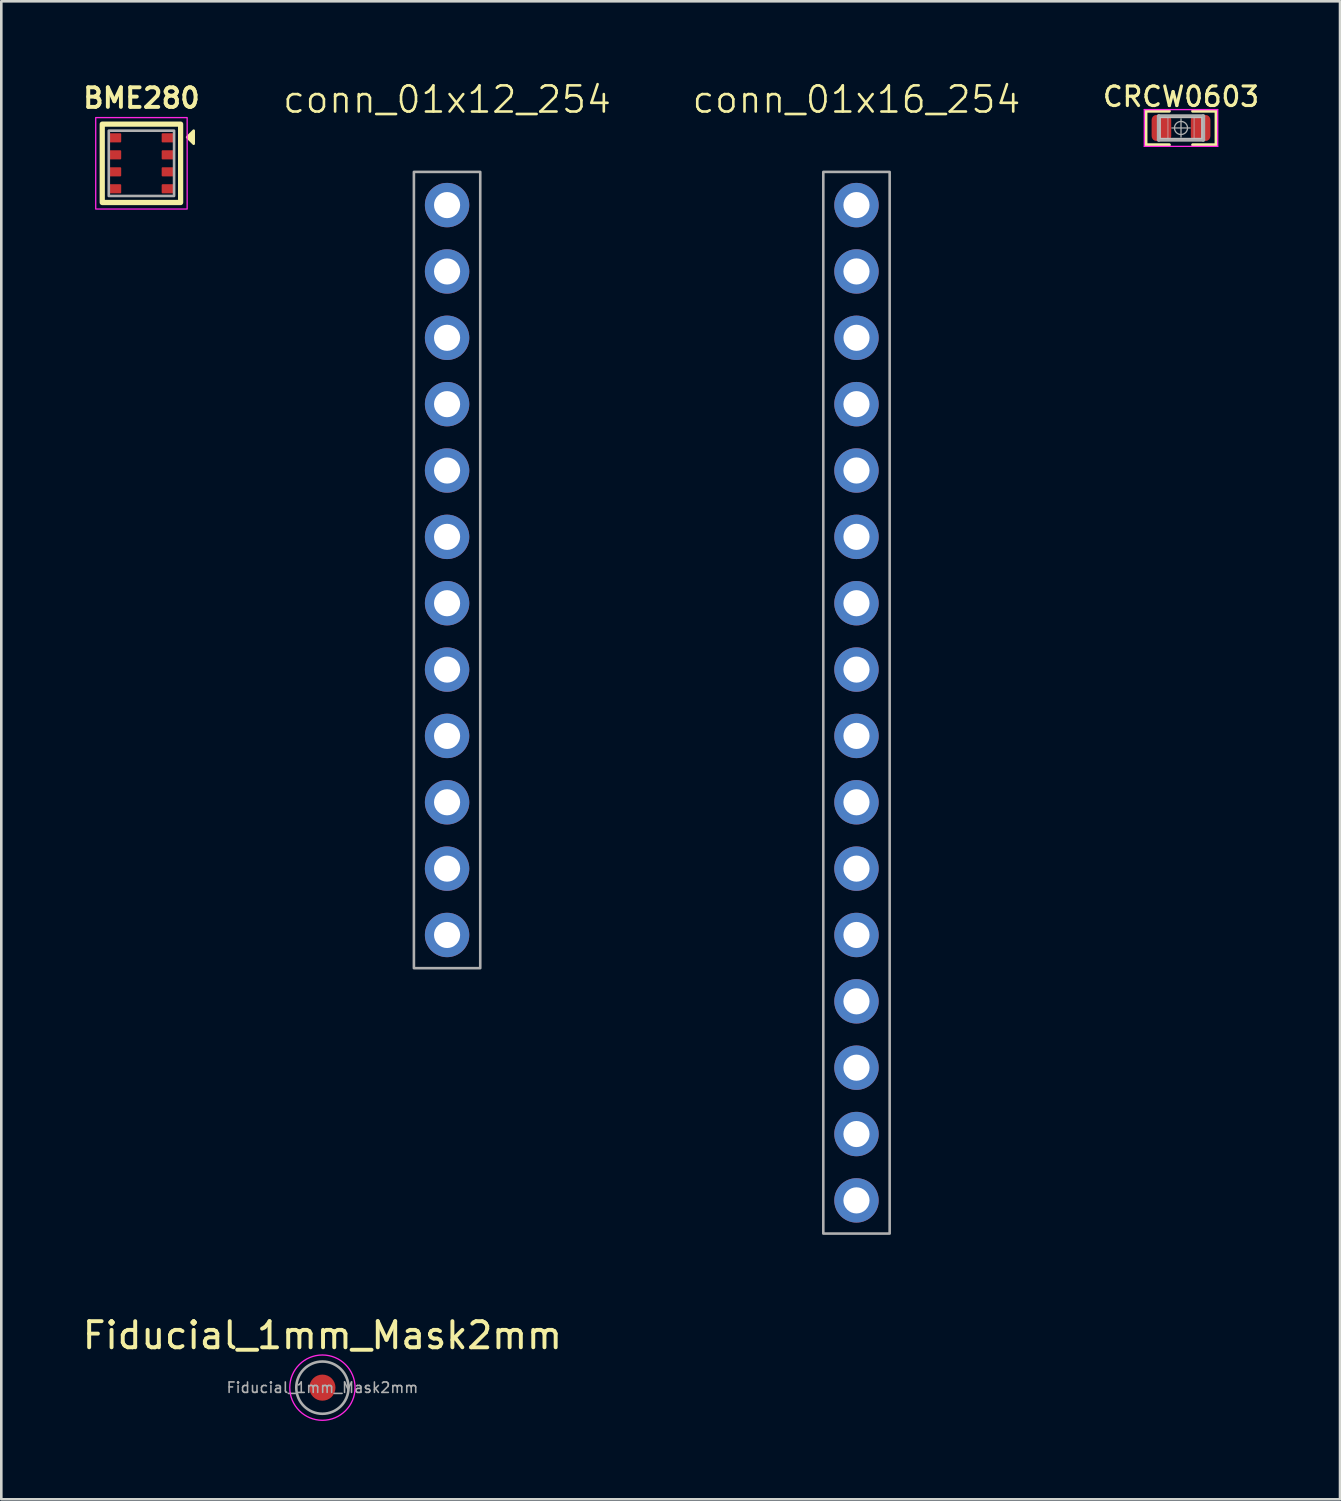
<source format=kicad_pcb>
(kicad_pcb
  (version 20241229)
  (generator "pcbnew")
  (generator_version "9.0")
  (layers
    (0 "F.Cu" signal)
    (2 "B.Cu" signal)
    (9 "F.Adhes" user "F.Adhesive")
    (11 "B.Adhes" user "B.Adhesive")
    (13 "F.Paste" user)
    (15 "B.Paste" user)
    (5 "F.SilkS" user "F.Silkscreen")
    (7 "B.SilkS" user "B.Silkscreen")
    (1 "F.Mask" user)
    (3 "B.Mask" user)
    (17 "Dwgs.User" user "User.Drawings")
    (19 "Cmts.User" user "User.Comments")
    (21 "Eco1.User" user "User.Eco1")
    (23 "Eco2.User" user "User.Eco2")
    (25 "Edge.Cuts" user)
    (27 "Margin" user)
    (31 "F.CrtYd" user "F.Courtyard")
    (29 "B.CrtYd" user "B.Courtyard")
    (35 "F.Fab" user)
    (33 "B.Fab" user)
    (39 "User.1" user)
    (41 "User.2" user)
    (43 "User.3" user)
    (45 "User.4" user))
  (footprint "Fiducial_1mm_Mask2mm"
    (layer "F.Cu")
    (at 9.292 50.069)
    (property "Reference" "Fiducial_1mm_Mask2mm" (at 0 -2 0) (layer "F.SilkS") (effects (font (size 1 1) (thickness 0.15))))
    (attr smd exclude_from_bom dnp allow_soldermask_bridges)
    (fp_circle (center 0 0) (end 1.25 0) (stroke (width 0.05) (type solid)) (fill no) (layer "F.CrtYd"))
    (fp_circle (center 0 0) (end 1 0) (stroke (width 0.1) (type solid)) (fill no) (layer "F.Fab"))
    (fp_text user "${REFERENCE}" (at 0 0 0) (layer "F.Fab") (effects (font (size 0.4 0.4) (thickness 0.06))))
    (pad "" smd circle (at 0 0) (size 1 1) (layers "F.Cu" "F.Mask")))
  (footprint "BME280"
    (layer "F.Cu")
    (at 2.364 3.202)
    (property "Reference" "BME280" (at 0 -2.5 0) (unlocked yes) (layer "F.SilkS") (effects (font (size 0.75 0.75) (thickness 0.15) (bold yes))))
    (attr smd)
    (fp_rect (start -1.5 -1.5) (end 1.5 1.5) (stroke (width 0.2) (type default)) (fill no) (layer "F.SilkS"))
    (fp_poly (pts (xy 1.75 -1) (xy 2 -1.25) (xy 2 -0.75)) (stroke (width 0.1) (type solid)) (fill yes) (layer "F.SilkS"))
    (fp_rect (start -1.75 -1.75) (end 1.75 1.75) (stroke (width 0.05) (type default)) (fill no) (layer "F.CrtYd"))
    (fp_rect (start -1.25 -1.25) (end 1.25 1.25) (stroke (width 0.1) (type default)) (fill no) (layer "F.Fab"))
    (pad "1" smd roundrect (at 1.025 -0.975) (size 0.5 0.35) (layers "F.Cu" "F.Mask" "F.Paste") (roundrect_rratio 0.1))
    (pad "2" smd roundrect (at 1.025 -0.325) (size 0.5 0.35) (layers "F.Cu" "F.Mask" "F.Paste") (roundrect_rratio 0.1))
    (pad "3" smd roundrect (at 1.025 0.325) (size 0.5 0.35) (layers "F.Cu" "F.Mask" "F.Paste") (roundrect_rratio 0.1))
    (pad "4" smd roundrect (at 1.025 0.975) (size 0.5 0.35) (layers "F.Cu" "F.Mask" "F.Paste") (roundrect_rratio 0.1))
    (pad "5" smd roundrect (at -1.025 0.975) (size 0.5 0.35) (layers "F.Cu" "F.Mask" "F.Paste") (roundrect_rratio 0.1))
    (pad "6" smd roundrect (at -1.025 0.325) (size 0.5 0.35) (layers "F.Cu" "F.Mask" "F.Paste") (roundrect_rratio 0.1))
    (pad "7" smd roundrect (at -1.025 -0.325) (size 0.5 0.35) (layers "F.Cu" "F.Mask" "F.Paste") (roundrect_rratio 0.1))
    (pad "8" smd roundrect (at -1.025 -0.975) (size 0.5 0.35) (layers "F.Cu" "F.Mask" "F.Paste") (roundrect_rratio 0.1)))
  (footprint "CRCW0603"
    (layer "F.Cu")
    (at 42.159 1.849)
    (property "Reference" "CRCW0603" (at 0 -1.2 0) (layer "F.SilkS") (effects (font (size 0.75 0.75) (thickness 0.12))))
    (attr smd)
    (fp_line (start -1.345 -0.645) (end -0.448 -0.645) (stroke (width 0.12) (type solid)) (layer "F.SilkS"))
    (fp_line (start -1.345 0.645) (end -1.345 -0.645) (stroke (width 0.12) (type solid)) (layer "F.SilkS"))
    (fp_line (start -0.448 0.645) (end -1.345 0.645) (stroke (width 0.12) (type solid)) (layer "F.SilkS"))
    (fp_line (start 0.448 0.645) (end 1.345 0.645) (stroke (width 0.12) (type solid)) (layer "F.SilkS"))
    (fp_line (start 1.345 -0.645) (end 0.448 -0.645) (stroke (width 0.12) (type solid)) (layer "F.SilkS"))
    (fp_line (start 1.345 0.645) (end 1.345 -0.645) (stroke (width 0.12) (type solid)) (layer "F.SilkS"))
    (fp_line (start -0.8 -0.4) (end -0.5 -0.4) (stroke (width 0.025) (type solid)) (layer "Dwgs.User"))
    (fp_line (start -0.8 -0.4) (end 0.8 -0.4) (stroke (width 0.025) (type solid)) (layer "Dwgs.User"))
    (fp_line (start -0.8 0.4) (end -0.8 -0.4) (stroke (width 0.025) (type solid)) (layer "Dwgs.User"))
    (fp_line (start -0.8 0.4) (end -0.8 -0.4) (stroke (width 0.025) (type solid)) (layer "Dwgs.User"))
    (fp_line (start -0.5 -0.4) (end -0.5 0.4) (stroke (width 0.025) (type solid)) (layer "Dwgs.User"))
    (fp_line (start -0.5 0.4) (end -0.8 0.4) (stroke (width 0.025) (type solid)) (layer "Dwgs.User"))
    (fp_line (start 0.5 -0.4) (end 0.8 -0.4) (stroke (width 0.025) (type solid)) (layer "Dwgs.User"))
    (fp_line (start 0.5 0.4) (end 0.5 -0.4) (stroke (width 0.025) (type solid)) (layer "Dwgs.User"))
    (fp_line (start 0.8 -0.4) (end 0.8 0.4) (stroke (width 0.025) (type solid)) (layer "Dwgs.User"))
    (fp_line (start 0.8 -0.4) (end 0.8 0.4) (stroke (width 0.025) (type solid)) (layer "Dwgs.User"))
    (fp_line (start 0.8 0.4) (end -0.8 0.4) (stroke (width 0.025) (type solid)) (layer "Dwgs.User"))
    (fp_line (start 0.8 0.4) (end 0.5 0.4) (stroke (width 0.025) (type solid)) (layer "Dwgs.User"))
    (fp_line (start -1.405 -0.704) (end 1.405 -0.704) (stroke (width 0.05) (type solid)) (layer "F.CrtYd"))
    (fp_line (start -1.405 0.704) (end -1.405 -0.704) (stroke (width 0.05) (type solid)) (layer "F.CrtYd"))
    (fp_line (start 1.405 -0.704) (end 1.405 0.704) (stroke (width 0.05) (type solid)) (layer "F.CrtYd"))
    (fp_line (start 1.405 0.704) (end -1.405 0.704) (stroke (width 0.05) (type solid)) (layer "F.CrtYd"))
    (fp_line (start -0.85 -0.45) (end 0.85 -0.45) (stroke (width 0.15) (type solid)) (layer "F.Fab"))
    (fp_line (start -0.85 0.45) (end -0.85 -0.45) (stroke (width 0.15) (type solid)) (layer "F.Fab"))
    (fp_line (start 0 -0.35) (end 0 0.35) (stroke (width 0.05) (type solid)) (layer "F.Fab"))
    (fp_line (start 0.35 0) (end -0.35 0) (stroke (width 0.05) (type solid)) (layer "F.Fab"))
    (fp_line (start 0.85 -0.45) (end 0.85 0.45) (stroke (width 0.15) (type solid)) (layer "F.Fab"))
    (fp_line (start 0.85 0.45) (end -0.85 0.45) (stroke (width 0.15) (type solid)) (layer "F.Fab"))
    (fp_circle (center 0 0) (end 0.25 0) (stroke (width 0.05) (type solid)) (fill no) (layer "F.Fab"))
    (pad "1" smd roundrect (at -0.75 0) (size 0.75 1) (layers "F.Cu" "F.Mask" "F.Paste") (roundrect_rratio 0.25))
    (pad "2" smd roundrect (at 0.75 0) (size 0.75 1) (layers "F.Cu" "F.Mask" "F.Paste") (roundrect_rratio 0.25)))
  (footprint "conn_01x16_254"
    (layer "F.Cu")
    (at 29.736 4.801)
    (property "Reference" "conn_01x16_254" (at 0 -4.04 0) (unlocked yes) (layer "F.SilkS") (effects (font (size 1 1) (thickness 0.1))))
    (attr through_hole)
    (fp_rect (start -1.27 -1.27) (end 1.27 39.37) (stroke (width 0.1) (type default)) (fill no) (layer "F.Fab"))
    (pad "1" thru_hole circle (at 0 0) (size 1.7 1.7) (drill 1) (layers "*.Cu" "*.Mask"))
    (pad "2" thru_hole circle (at 0 2.54) (size 1.7 1.7) (drill 1) (layers "*.Cu" "*.Mask"))
    (pad "3" thru_hole circle (at 0 5.08) (size 1.7 1.7) (drill 1) (layers "*.Cu" "*.Mask"))
    (pad "4" thru_hole circle (at 0 7.62) (size 1.7 1.7) (drill 1) (layers "*.Cu" "*.Mask"))
    (pad "5" thru_hole circle (at 0 10.16) (size 1.7 1.7) (drill 1) (layers "*.Cu" "*.Mask"))
    (pad "6" thru_hole circle (at 0 12.7) (size 1.7 1.7) (drill 1) (layers "*.Cu" "*.Mask"))
    (pad "7" thru_hole circle (at 0 15.24) (size 1.7 1.7) (drill 1) (layers "*.Cu" "*.Mask"))
    (pad "8" thru_hole circle (at 0 17.78) (size 1.7 1.7) (drill 1) (layers "*.Cu" "*.Mask"))
    (pad "9" thru_hole circle (at 0 20.32) (size 1.7 1.7) (drill 1) (layers "*.Cu" "*.Mask"))
    (pad "10" thru_hole circle (at 0 22.86) (size 1.7 1.7) (drill 1) (layers "*.Cu" "*.Mask"))
    (pad "11" thru_hole circle (at 0 25.4) (size 1.7 1.7) (drill 1) (layers "*.Cu" "*.Mask"))
    (pad "12" thru_hole circle (at 0 27.94) (size 1.7 1.7) (drill 1) (layers "*.Cu" "*.Mask"))
    (pad "13" thru_hole circle (at 0 30.48) (size 1.7 1.7) (drill 1) (layers "*.Cu" "*.Mask"))
    (pad "14" thru_hole circle (at 0 33.02) (size 1.7 1.7) (drill 1) (layers "*.Cu" "*.Mask"))
    (pad "15" thru_hole circle (at 0 35.56) (size 1.7 1.7) (drill 1) (layers "*.Cu" "*.Mask"))
    (pad "16" thru_hole circle (at 0 38.1) (size 1.7 1.7) (drill 1) (layers "*.Cu" "*.Mask")))
  (footprint "conn_01x12_254"
    (layer "F.Cu")
    (at 14.064 4.801)
    (property "Reference" "conn_01x12_254" (at 0 -4.04 0) (unlocked yes) (layer "F.SilkS") (effects (font (size 1 1) (thickness 0.1))))
    (attr through_hole)
    (fp_rect (start -1.27 -1.27) (end 1.27 29.21) (stroke (width 0.1) (type default)) (fill no) (layer "F.Fab"))
    (pad "17" thru_hole circle (at 0 0) (size 1.7 1.7) (drill 1) (layers "*.Cu" "*.Mask"))
    (pad "18" thru_hole circle (at 0 2.54) (size 1.7 1.7) (drill 1) (layers "*.Cu" "*.Mask"))
    (pad "19" thru_hole circle (at 0 5.08) (size 1.7 1.7) (drill 1) (layers "*.Cu" "*.Mask"))
    (pad "20" thru_hole circle (at 0 7.62) (size 1.7 1.7) (drill 1) (layers "*.Cu" "*.Mask"))
    (pad "21" thru_hole circle (at 0 10.16) (size 1.7 1.7) (drill 1) (layers "*.Cu" "*.Mask"))
    (pad "22" thru_hole circle (at 0 12.7) (size 1.7 1.7) (drill 1) (layers "*.Cu" "*.Mask"))
    (pad "23" thru_hole circle (at 0 15.24) (size 1.7 1.7) (drill 1) (layers "*.Cu" "*.Mask"))
    (pad "24" thru_hole circle (at 0 17.78) (size 1.7 1.7) (drill 1) (layers "*.Cu" "*.Mask"))
    (pad "25" thru_hole circle (at 0 20.32) (size 1.7 1.7) (drill 1) (layers "*.Cu" "*.Mask"))
    (pad "26" thru_hole circle (at 0 22.86) (size 1.7 1.7) (drill 1) (layers "*.Cu" "*.Mask"))
    (pad "27" thru_hole circle (at 0 25.4) (size 1.7 1.7) (drill 1) (layers "*.Cu" "*.Mask"))
    (pad "28" thru_hole circle (at 0 27.94) (size 1.7 1.7) (drill 1) (layers "*.Cu" "*.Mask")))
  (gr_rect
    (start -3 -3)
    (end 48.246 54.344)
    (stroke (width 0.1) (type default))
    (fill no)
    (layer "Edge.Cuts")))
</source>
